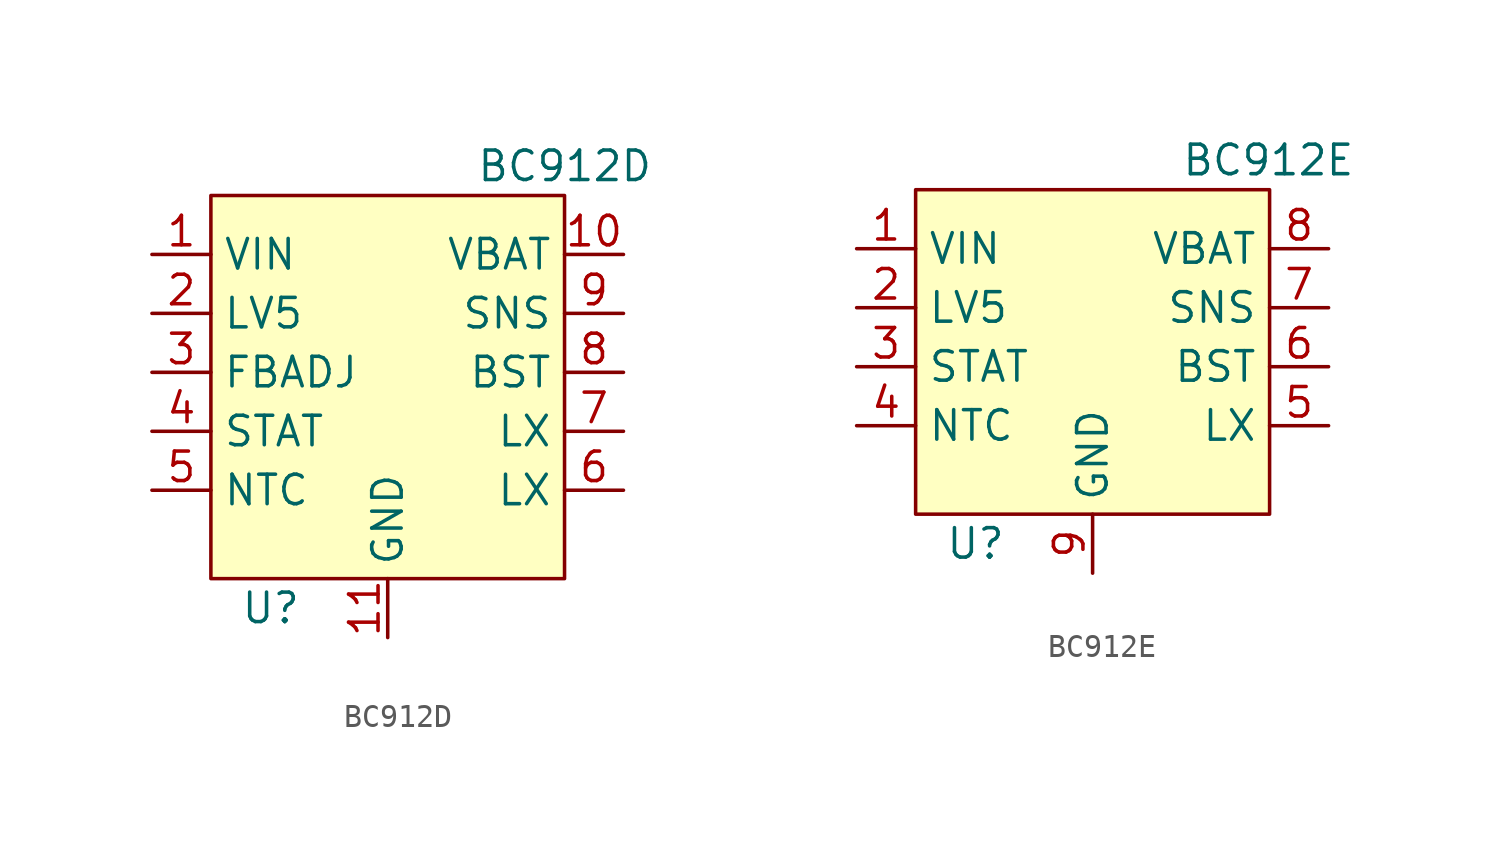
<source format=kicad_sym>
(kicad_symbol_lib
  (version 20220914)
  (generator kicad_symbol_editor)
  (symbol "BC912D"
    (property "Reference" "U"
      (at -6.35 -10.16 0)
      (effects (font (size 1.27 1.27)) (justify left)))
    (property "Value" "BC912D"
      (at 3.81 8.89 0)
      (effects (font (size 1.27 1.27)) (justify left)))
    (symbol "BC912D_0_0"
      (pin power_in line (at -10.16 5.08 0) (length 2.54) (name "VIN" (effects (font (size 1.27 1.27)))) (number "1" (effects (font (size 1.27 1.27)))))
      (pin passive line (at 10.16 5.08 180) (length 2.54) (name "VBAT" (effects (font (size 1.27 1.27)))) (number "10" (effects (font (size 1.27 1.27)))))
      (pin passive line (at 0 -11.43 90) (length 2.54) (name "GND" (effects (font (size 1.27 1.27)))) (number "11" (effects (font (size 1.27 1.27)))))
      (pin passive line (at -10.16 2.54 0) (length 2.54) (name "LV5" (effects (font (size 1.27 1.27)))) (number "2" (effects (font (size 1.27 1.27)))))
      (pin passive line (at -10.16 0 0) (length 2.54) (name "FBADJ" (effects (font (size 1.27 1.27)))) (number "3" (effects (font (size 1.27 1.27)))))
      (pin open_collector line (at -10.16 -2.54 0) (length 2.54) (name "STAT" (effects (font (size 1.27 1.27)))) (number "4" (effects (font (size 1.27 1.27)))))
      (pin passive line (at -10.16 -5.08 0) (length 2.54) (name "NTC" (effects (font (size 1.27 1.27)))) (number "5" (effects (font (size 1.27 1.27)))))
      (pin passive line (at 10.16 -5.08 180) (length 2.54) (name "LX" (effects (font (size 1.27 1.27)))) (number "6" (effects (font (size 1.27 1.27)))))
      (pin passive line (at 10.16 -2.54 180) (length 2.54) (name "LX" (effects (font (size 1.27 1.27)))) (number "7" (effects (font (size 1.27 1.27)))))
      (pin passive line (at 10.16 0 180) (length 2.54) (name "BST" (effects (font (size 1.27 1.27)))) (number "8" (effects (font (size 1.27 1.27)))))
      (pin passive line (at 10.16 2.54 180) (length 2.54) (name "SNS" (effects (font (size 1.27 1.27)))) (number "9" (effects (font (size 1.27 1.27))))))
    (symbol "BC912D_0_1"
      (rectangle (start -7.62 7.62) (end 7.62 -8.89) (stroke (width 0) (type default)) (fill (type background)))))
  (symbol "BC912E"
    (property "Reference" "U"
      (at -6.35 -8.89 0)
      (effects (font (size 1.27 1.27)) (justify left)))
    (property "Value" "BC912E"
      (at 3.81 7.62 0)
      (effects (font (size 1.27 1.27)) (justify left)))
    (symbol "BC912E_0_0"
      (pin power_in line (at -10.16 3.81 0) (length 2.54) (name "VIN" (effects (font (size 1.27 1.27)))) (number "1" (effects (font (size 1.27 1.27)))))
      (pin passive line (at -10.16 1.27 0) (length 2.54) (name "LV5" (effects (font (size 1.27 1.27)))) (number "2" (effects (font (size 1.27 1.27)))))
      (pin open_collector line (at -10.16 -1.27 0) (length 2.54) (name "STAT" (effects (font (size 1.27 1.27)))) (number "3" (effects (font (size 1.27 1.27)))))
      (pin passive line (at -10.16 -3.81 0) (length 2.54) (name "NTC" (effects (font (size 1.27 1.27)))) (number "4" (effects (font (size 1.27 1.27)))))
      (pin passive line (at 10.16 -3.81 180) (length 2.54) (name "LX" (effects (font (size 1.27 1.27)))) (number "5" (effects (font (size 1.27 1.27)))))
      (pin passive line (at 10.16 -1.27 180) (length 2.54) (name "BST" (effects (font (size 1.27 1.27)))) (number "6" (effects (font (size 1.27 1.27)))))
      (pin passive line (at 10.16 1.27 180) (length 2.54) (name "SNS" (effects (font (size 1.27 1.27)))) (number "7" (effects (font (size 1.27 1.27)))))
      (pin passive line (at 10.16 3.81 180) (length 2.54) (name "VBAT" (effects (font (size 1.27 1.27)))) (number "8" (effects (font (size 1.27 1.27)))))
      (pin passive line (at 0 -10.16 90) (length 2.54) (name "GND" (effects (font (size 1.27 1.27)))) (number "9" (effects (font (size 1.27 1.27))))))
    (symbol "BC912E_0_1"
      (rectangle (start -7.62 6.35) (end 7.62 -7.62) (stroke (width 0) (type default)) (fill (type background))))))
</source>
